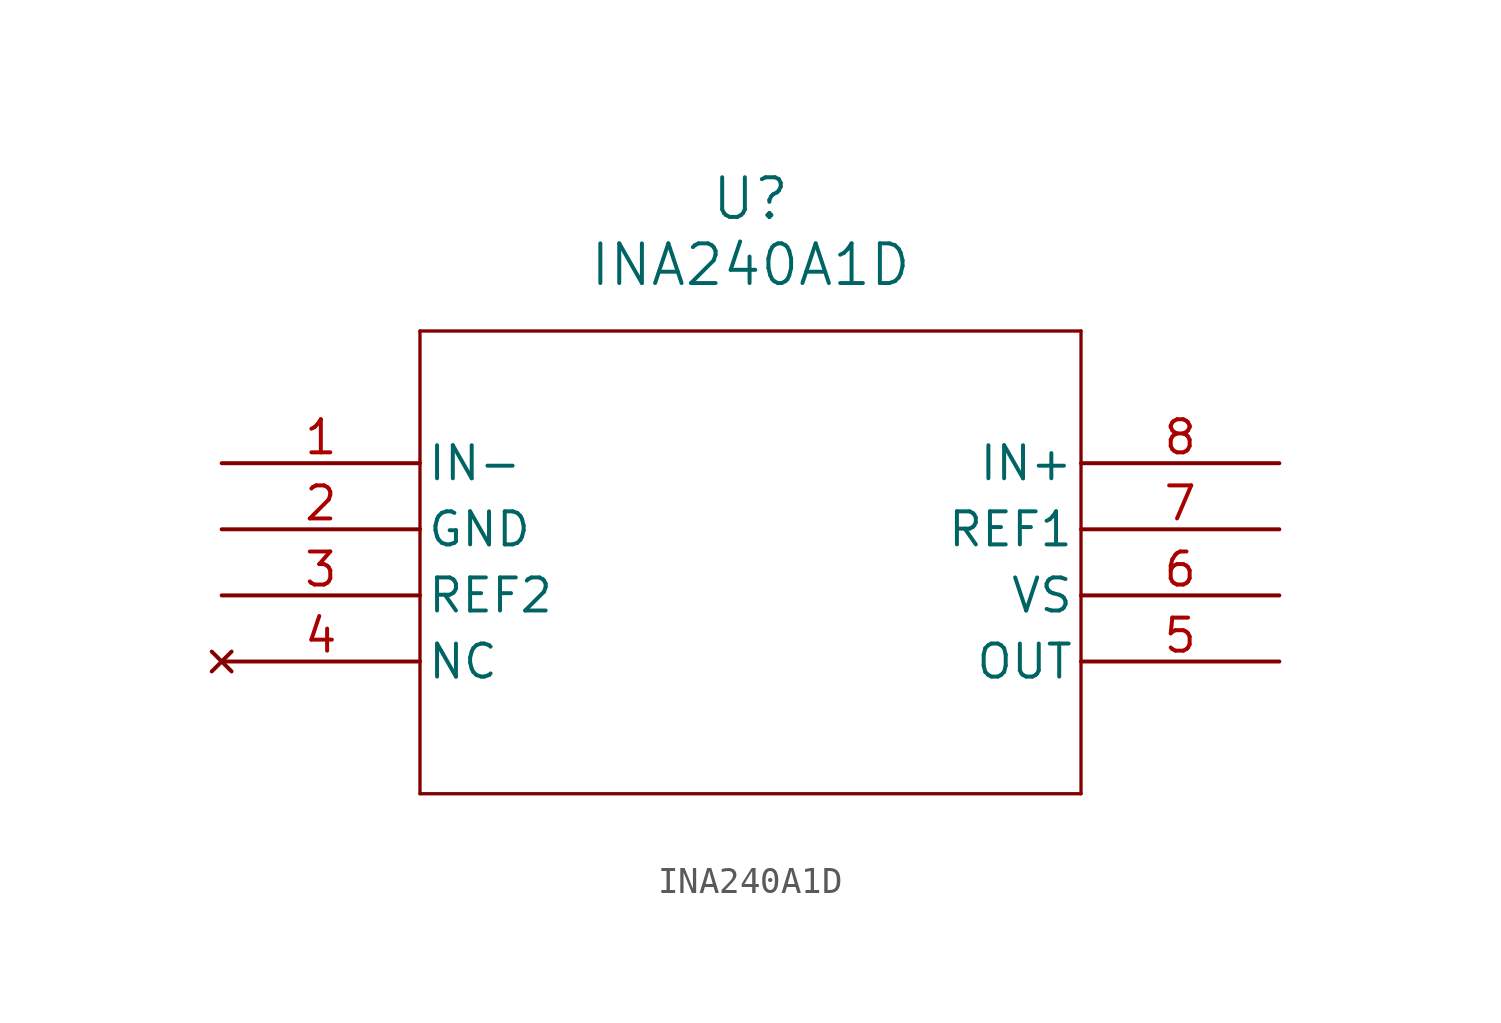
<source format=kicad_sym>
(kicad_symbol_lib
  (version 20211014)
  (generator kicad_symbol_editor)
  (symbol "INA240A1D"
    (pin_names
      (offset 0.254))
    (property "Reference" "U"
      (at 20.32 10.16 0)
      (effects (font (size 1.524 1.524))))
    (property "Value" "INA240A1D"
      (at 20.32 7.62 0)
      (effects (font (size 1.524 1.524))))
    (symbol "INA240A1D_0_1"
      (polyline (pts (xy 7.62 5.08) (xy 7.62 -12.7)) (stroke (width 0.127) (type default) (color 0 0 0 0)) (fill (type none)))
      (polyline (pts (xy 7.62 -12.7) (xy 33.02 -12.7)) (stroke (width 0.127) (type default) (color 0 0 0 0)) (fill (type none)))
      (polyline (pts (xy 33.02 -12.7) (xy 33.02 5.08)) (stroke (width 0.127) (type default) (color 0 0 0 0)) (fill (type none)))
      (polyline (pts (xy 33.02 5.08) (xy 7.62 5.08)) (stroke (width 0.127) (type default) (color 0 0 0 0)) (fill (type none)))
      (pin input line (at 0 0 0) (length 7.62) (name "IN-" (effects (font (size 1.27 1.27)))) (number "1" (effects (font (size 1.27 1.27)))))
      (pin power_in line (at 0 -2.54 0) (length 7.62) (name "GND" (effects (font (size 1.27 1.27)))) (number "2" (effects (font (size 1.27 1.27)))))
      (pin input line (at 0 -5.08 0) (length 7.62) (name "REF2" (effects (font (size 1.27 1.27)))) (number "3" (effects (font (size 1.27 1.27)))))
      (pin no_connect line (at 0 -7.62 0) (length 7.62) (name "NC" (effects (font (size 1.27 1.27)))) (number "4" (effects (font (size 1.27 1.27)))))
      (pin output line (at 40.64 -7.62 180) (length 7.62) (name "OUT" (effects (font (size 1.27 1.27)))) (number "5" (effects (font (size 1.27 1.27)))))
      (pin power_in line (at 40.64 -5.08 180) (length 7.62) (name "VS" (effects (font (size 1.27 1.27)))) (number "6" (effects (font (size 1.27 1.27)))))
      (pin input line (at 40.64 -2.54 180) (length 7.62) (name "REF1" (effects (font (size 1.27 1.27)))) (number "7" (effects (font (size 1.27 1.27)))))
      (pin input line (at 40.64 0 180) (length 7.62) (name "IN+" (effects (font (size 1.27 1.27)))) (number "8" (effects (font (size 1.27 1.27))))))))
</source>
